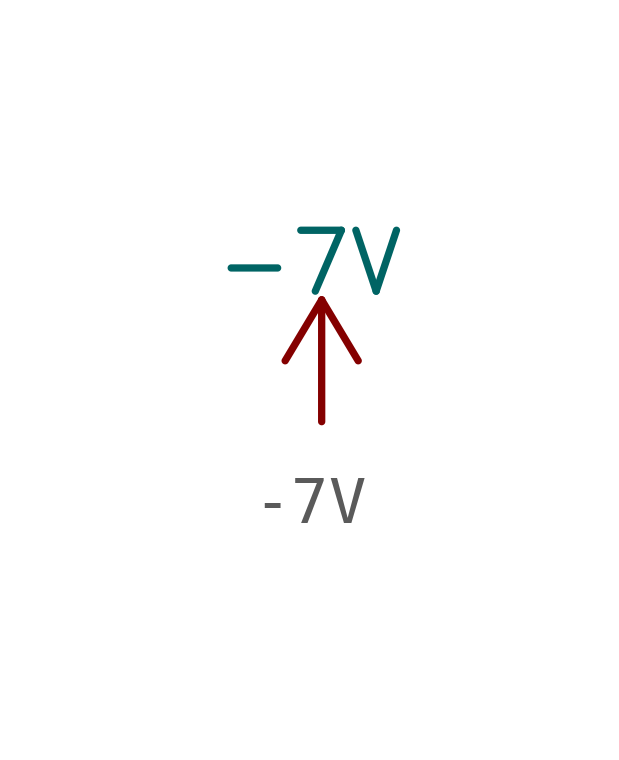
<source format=kicad_sym>
(kicad_symbol_lib
  (version 20231120)
  (generator "kicad_symbol_editor")
  (generator_version "8.0")
  (symbol "-7V"
    (power)
    (pin_names
      (offset 0))
    (property "Reference" "#PWR"
      (at 0 -3.81 0)
      (effects (font (size 1.27 1.27)) (hide yes)))
    (property "Value" "-7V"
      (at -0.254 3.302 0)
      (effects (font (size 1.27 1.27))))
    (symbol "-7V_0_1"
      (polyline (pts (xy -0.762 1.27) (xy 0 2.54)) (stroke (width 0) (type default)) (fill (type none)))
      (polyline (pts (xy 0 0) (xy 0 2.54)) (stroke (width 0) (type default)) (fill (type none)))
      (polyline (pts (xy 0 2.54) (xy 0.762 1.27)) (stroke (width 0) (type default)) (fill (type none))))
    (symbol "-7V_1_1"
      (pin power_in line (at 0 0 90) (length 0) hide (name "-7V" (effects (font (size 1.27 1.27)))) (number "1" (effects (font (size 1.27 1.27))))))))
</source>
